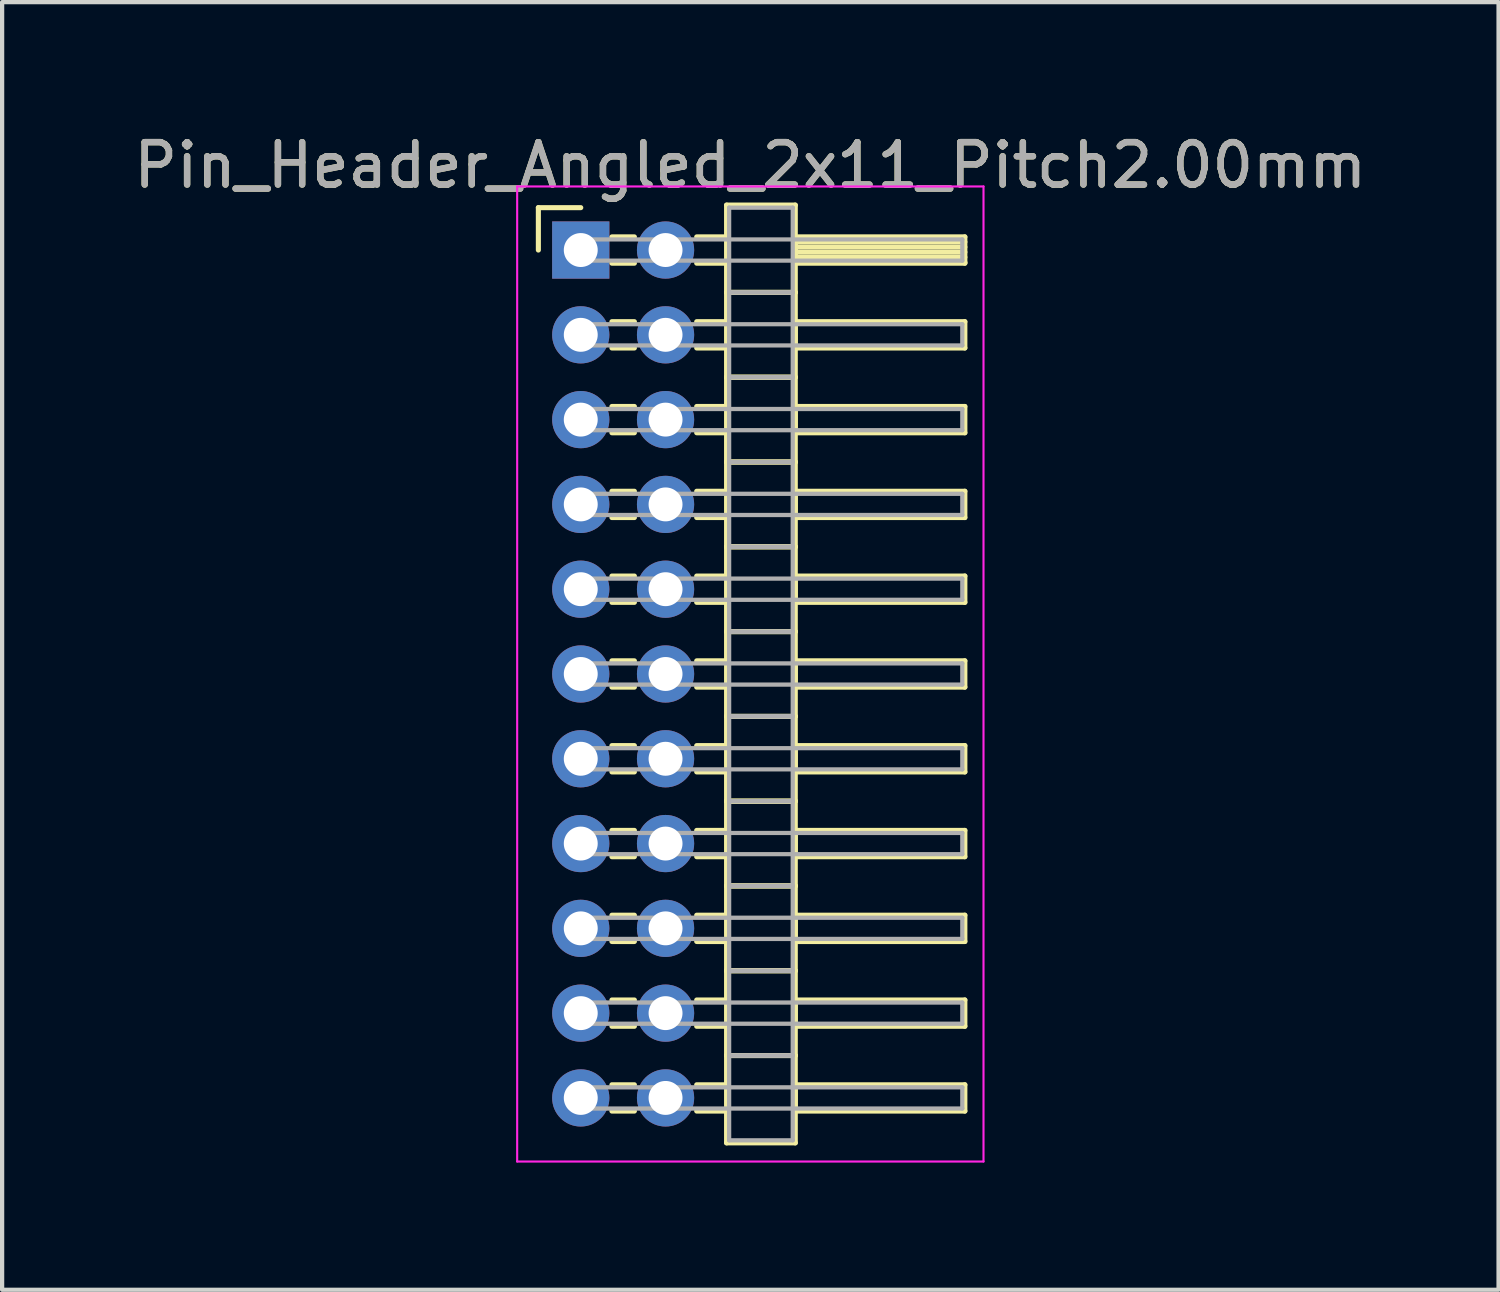
<source format=kicad_pcb>
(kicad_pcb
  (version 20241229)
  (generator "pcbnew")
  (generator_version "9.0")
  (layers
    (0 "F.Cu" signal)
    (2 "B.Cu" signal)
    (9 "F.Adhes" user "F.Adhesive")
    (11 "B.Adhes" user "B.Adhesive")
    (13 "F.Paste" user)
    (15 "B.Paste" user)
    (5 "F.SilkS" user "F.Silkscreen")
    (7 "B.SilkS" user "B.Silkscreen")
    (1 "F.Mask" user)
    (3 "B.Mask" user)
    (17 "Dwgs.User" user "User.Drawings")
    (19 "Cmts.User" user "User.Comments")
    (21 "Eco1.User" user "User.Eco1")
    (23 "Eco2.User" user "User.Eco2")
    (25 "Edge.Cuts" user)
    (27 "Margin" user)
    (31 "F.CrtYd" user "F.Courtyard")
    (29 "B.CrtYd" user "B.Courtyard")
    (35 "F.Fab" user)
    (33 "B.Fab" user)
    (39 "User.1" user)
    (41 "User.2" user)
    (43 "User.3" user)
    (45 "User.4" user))
  (footprint "Pin_Header_Angled_2x11_Pitch2.00mm"
    (layer "F.Cu")
    (at 10.649 2.848)
    (property "Reference" "Pin_Header_Angled_2x11_Pitch2.00mm" (at 4 -2 0) (layer "F.SilkS") (effects (font (size 1 1) (thickness 0.15))))
    (attr through_hole)
    (fp_line (start -1 -1) (end 0 -1) (stroke (width 0.12) (type solid)) (layer "F.SilkS"))
    (fp_line (start -1 0) (end -1 -1) (stroke (width 0.12) (type solid)) (layer "F.SilkS"))
    (fp_line (start 0.735 -0.31) (end 1.265 -0.31) (stroke (width 0.12) (type solid)) (layer "F.SilkS"))
    (fp_line (start 0.735 0.31) (end 1.265 0.31) (stroke (width 0.12) (type solid)) (layer "F.SilkS"))
    (fp_line (start 0.735 1.69) (end 1.265 1.69) (stroke (width 0.12) (type solid)) (layer "F.SilkS"))
    (fp_line (start 0.735 2.31) (end 1.265 2.31) (stroke (width 0.12) (type solid)) (layer "F.SilkS"))
    (fp_line (start 0.735 3.69) (end 1.265 3.69) (stroke (width 0.12) (type solid)) (layer "F.SilkS"))
    (fp_line (start 0.735 4.31) (end 1.265 4.31) (stroke (width 0.12) (type solid)) (layer "F.SilkS"))
    (fp_line (start 0.735 5.69) (end 1.265 5.69) (stroke (width 0.12) (type solid)) (layer "F.SilkS"))
    (fp_line (start 0.735 6.31) (end 1.265 6.31) (stroke (width 0.12) (type solid)) (layer "F.SilkS"))
    (fp_line (start 0.735 7.69) (end 1.265 7.69) (stroke (width 0.12) (type solid)) (layer "F.SilkS"))
    (fp_line (start 0.735 8.31) (end 1.265 8.31) (stroke (width 0.12) (type solid)) (layer "F.SilkS"))
    (fp_line (start 0.735 9.69) (end 1.265 9.69) (stroke (width 0.12) (type solid)) (layer "F.SilkS"))
    (fp_line (start 0.735 10.31) (end 1.265 10.31) (stroke (width 0.12) (type solid)) (layer "F.SilkS"))
    (fp_line (start 0.735 11.69) (end 1.265 11.69) (stroke (width 0.12) (type solid)) (layer "F.SilkS"))
    (fp_line (start 0.735 12.31) (end 1.265 12.31) (stroke (width 0.12) (type solid)) (layer "F.SilkS"))
    (fp_line (start 0.735 13.69) (end 1.265 13.69) (stroke (width 0.12) (type solid)) (layer "F.SilkS"))
    (fp_line (start 0.735 14.31) (end 1.265 14.31) (stroke (width 0.12) (type solid)) (layer "F.SilkS"))
    (fp_line (start 0.735 15.69) (end 1.265 15.69) (stroke (width 0.12) (type solid)) (layer "F.SilkS"))
    (fp_line (start 0.735 16.31) (end 1.265 16.31) (stroke (width 0.12) (type solid)) (layer "F.SilkS"))
    (fp_line (start 0.735 17.69) (end 1.265 17.69) (stroke (width 0.12) (type solid)) (layer "F.SilkS"))
    (fp_line (start 0.735 18.31) (end 1.265 18.31) (stroke (width 0.12) (type solid)) (layer "F.SilkS"))
    (fp_line (start 0.735 19.69) (end 1.265 19.69) (stroke (width 0.12) (type solid)) (layer "F.SilkS"))
    (fp_line (start 0.735 20.31) (end 1.265 20.31) (stroke (width 0.12) (type solid)) (layer "F.SilkS"))
    (fp_line (start 2.735 -0.31) (end 3.44 -0.31) (stroke (width 0.12) (type solid)) (layer "F.SilkS"))
    (fp_line (start 2.735 0.31) (end 3.44 0.31) (stroke (width 0.12) (type solid)) (layer "F.SilkS"))
    (fp_line (start 2.735 1.69) (end 3.44 1.69) (stroke (width 0.12) (type solid)) (layer "F.SilkS"))
    (fp_line (start 2.735 2.31) (end 3.44 2.31) (stroke (width 0.12) (type solid)) (layer "F.SilkS"))
    (fp_line (start 2.735 3.69) (end 3.44 3.69) (stroke (width 0.12) (type solid)) (layer "F.SilkS"))
    (fp_line (start 2.735 4.31) (end 3.44 4.31) (stroke (width 0.12) (type solid)) (layer "F.SilkS"))
    (fp_line (start 2.735 5.69) (end 3.44 5.69) (stroke (width 0.12) (type solid)) (layer "F.SilkS"))
    (fp_line (start 2.735 6.31) (end 3.44 6.31) (stroke (width 0.12) (type solid)) (layer "F.SilkS"))
    (fp_line (start 2.735 7.69) (end 3.44 7.69) (stroke (width 0.12) (type solid)) (layer "F.SilkS"))
    (fp_line (start 2.735 8.31) (end 3.44 8.31) (stroke (width 0.12) (type solid)) (layer "F.SilkS"))
    (fp_line (start 2.735 9.69) (end 3.44 9.69) (stroke (width 0.12) (type solid)) (layer "F.SilkS"))
    (fp_line (start 2.735 10.31) (end 3.44 10.31) (stroke (width 0.12) (type solid)) (layer "F.SilkS"))
    (fp_line (start 2.735 11.69) (end 3.44 11.69) (stroke (width 0.12) (type solid)) (layer "F.SilkS"))
    (fp_line (start 2.735 12.31) (end 3.44 12.31) (stroke (width 0.12) (type solid)) (layer "F.SilkS"))
    (fp_line (start 2.735 13.69) (end 3.44 13.69) (stroke (width 0.12) (type solid)) (layer "F.SilkS"))
    (fp_line (start 2.735 14.31) (end 3.44 14.31) (stroke (width 0.12) (type solid)) (layer "F.SilkS"))
    (fp_line (start 2.735 15.69) (end 3.44 15.69) (stroke (width 0.12) (type solid)) (layer "F.SilkS"))
    (fp_line (start 2.735 16.31) (end 3.44 16.31) (stroke (width 0.12) (type solid)) (layer "F.SilkS"))
    (fp_line (start 2.735 17.69) (end 3.44 17.69) (stroke (width 0.12) (type solid)) (layer "F.SilkS"))
    (fp_line (start 2.735 18.31) (end 3.44 18.31) (stroke (width 0.12) (type solid)) (layer "F.SilkS"))
    (fp_line (start 2.735 19.69) (end 3.44 19.69) (stroke (width 0.12) (type solid)) (layer "F.SilkS"))
    (fp_line (start 2.735 20.31) (end 3.44 20.31) (stroke (width 0.12) (type solid)) (layer "F.SilkS"))
    (fp_line (start 3.44 -1.06) (end 3.44 1) (stroke (width 0.12) (type solid)) (layer "F.SilkS"))
    (fp_line (start 3.44 1) (end 3.44 3) (stroke (width 0.12) (type solid)) (layer "F.SilkS"))
    (fp_line (start 3.44 1) (end 5.06 1) (stroke (width 0.12) (type solid)) (layer "F.SilkS"))
    (fp_line (start 3.44 3) (end 3.44 5) (stroke (width 0.12) (type solid)) (layer "F.SilkS"))
    (fp_line (start 3.44 3) (end 5.06 3) (stroke (width 0.12) (type solid)) (layer "F.SilkS"))
    (fp_line (start 3.44 5) (end 3.44 7) (stroke (width 0.12) (type solid)) (layer "F.SilkS"))
    (fp_line (start 3.44 5) (end 5.06 5) (stroke (width 0.12) (type solid)) (layer "F.SilkS"))
    (fp_line (start 3.44 7) (end 3.44 9) (stroke (width 0.12) (type solid)) (layer "F.SilkS"))
    (fp_line (start 3.44 7) (end 5.06 7) (stroke (width 0.12) (type solid)) (layer "F.SilkS"))
    (fp_line (start 3.44 9) (end 3.44 11) (stroke (width 0.12) (type solid)) (layer "F.SilkS"))
    (fp_line (start 3.44 9) (end 5.06 9) (stroke (width 0.12) (type solid)) (layer "F.SilkS"))
    (fp_line (start 3.44 11) (end 3.44 13) (stroke (width 0.12) (type solid)) (layer "F.SilkS"))
    (fp_line (start 3.44 11) (end 5.06 11) (stroke (width 0.12) (type solid)) (layer "F.SilkS"))
    (fp_line (start 3.44 13) (end 3.44 15) (stroke (width 0.12) (type solid)) (layer "F.SilkS"))
    (fp_line (start 3.44 13) (end 5.06 13) (stroke (width 0.12) (type solid)) (layer "F.SilkS"))
    (fp_line (start 3.44 15) (end 3.44 17) (stroke (width 0.12) (type solid)) (layer "F.SilkS"))
    (fp_line (start 3.44 15) (end 5.06 15) (stroke (width 0.12) (type solid)) (layer "F.SilkS"))
    (fp_line (start 3.44 17) (end 3.44 19) (stroke (width 0.12) (type solid)) (layer "F.SilkS"))
    (fp_line (start 3.44 17) (end 5.06 17) (stroke (width 0.12) (type solid)) (layer "F.SilkS"))
    (fp_line (start 3.44 19) (end 3.44 21.06) (stroke (width 0.12) (type solid)) (layer "F.SilkS"))
    (fp_line (start 3.44 19) (end 5.06 19) (stroke (width 0.12) (type solid)) (layer "F.SilkS"))
    (fp_line (start 3.44 21.06) (end 5.06 21.06) (stroke (width 0.12) (type solid)) (layer "F.SilkS"))
    (fp_line (start 5.06 -1.06) (end 3.44 -1.06) (stroke (width 0.12) (type solid)) (layer "F.SilkS"))
    (fp_line (start 5.06 -0.31) (end 5.06 0.31) (stroke (width 0.12) (type solid)) (layer "F.SilkS"))
    (fp_line (start 5.06 -0.19) (end 9.06 -0.19) (stroke (width 0.12) (type solid)) (layer "F.SilkS"))
    (fp_line (start 5.06 -0.07) (end 9.06 -0.07) (stroke (width 0.12) (type solid)) (layer "F.SilkS"))
    (fp_line (start 5.06 0.05) (end 9.06 0.05) (stroke (width 0.12) (type solid)) (layer "F.SilkS"))
    (fp_line (start 5.06 0.17) (end 9.06 0.17) (stroke (width 0.12) (type solid)) (layer "F.SilkS"))
    (fp_line (start 5.06 0.29) (end 9.06 0.29) (stroke (width 0.12) (type solid)) (layer "F.SilkS"))
    (fp_line (start 5.06 0.31) (end 9.06 0.31) (stroke (width 0.12) (type solid)) (layer "F.SilkS"))
    (fp_line (start 5.06 1) (end 3.44 1) (stroke (width 0.12) (type solid)) (layer "F.SilkS"))
    (fp_line (start 5.06 1) (end 5.06 -1.06) (stroke (width 0.12) (type solid)) (layer "F.SilkS"))
    (fp_line (start 5.06 1.69) (end 5.06 2.31) (stroke (width 0.12) (type solid)) (layer "F.SilkS"))
    (fp_line (start 5.06 2.31) (end 9.06 2.31) (stroke (width 0.12) (type solid)) (layer "F.SilkS"))
    (fp_line (start 5.06 3) (end 3.44 3) (stroke (width 0.12) (type solid)) (layer "F.SilkS"))
    (fp_line (start 5.06 3) (end 5.06 1) (stroke (width 0.12) (type solid)) (layer "F.SilkS"))
    (fp_line (start 5.06 3.69) (end 5.06 4.31) (stroke (width 0.12) (type solid)) (layer "F.SilkS"))
    (fp_line (start 5.06 4.31) (end 9.06 4.31) (stroke (width 0.12) (type solid)) (layer "F.SilkS"))
    (fp_line (start 5.06 5) (end 3.44 5) (stroke (width 0.12) (type solid)) (layer "F.SilkS"))
    (fp_line (start 5.06 5) (end 5.06 3) (stroke (width 0.12) (type solid)) (layer "F.SilkS"))
    (fp_line (start 5.06 5.69) (end 5.06 6.31) (stroke (width 0.12) (type solid)) (layer "F.SilkS"))
    (fp_line (start 5.06 6.31) (end 9.06 6.31) (stroke (width 0.12) (type solid)) (layer "F.SilkS"))
    (fp_line (start 5.06 7) (end 3.44 7) (stroke (width 0.12) (type solid)) (layer "F.SilkS"))
    (fp_line (start 5.06 7) (end 5.06 5) (stroke (width 0.12) (type solid)) (layer "F.SilkS"))
    (fp_line (start 5.06 7.69) (end 5.06 8.31) (stroke (width 0.12) (type solid)) (layer "F.SilkS"))
    (fp_line (start 5.06 8.31) (end 9.06 8.31) (stroke (width 0.12) (type solid)) (layer "F.SilkS"))
    (fp_line (start 5.06 9) (end 3.44 9) (stroke (width 0.12) (type solid)) (layer "F.SilkS"))
    (fp_line (start 5.06 9) (end 5.06 7) (stroke (width 0.12) (type solid)) (layer "F.SilkS"))
    (fp_line (start 5.06 9.69) (end 5.06 10.31) (stroke (width 0.12) (type solid)) (layer "F.SilkS"))
    (fp_line (start 5.06 10.31) (end 9.06 10.31) (stroke (width 0.12) (type solid)) (layer "F.SilkS"))
    (fp_line (start 5.06 11) (end 3.44 11) (stroke (width 0.12) (type solid)) (layer "F.SilkS"))
    (fp_line (start 5.06 11) (end 5.06 9) (stroke (width 0.12) (type solid)) (layer "F.SilkS"))
    (fp_line (start 5.06 11.69) (end 5.06 12.31) (stroke (width 0.12) (type solid)) (layer "F.SilkS"))
    (fp_line (start 5.06 12.31) (end 9.06 12.31) (stroke (width 0.12) (type solid)) (layer "F.SilkS"))
    (fp_line (start 5.06 13) (end 3.44 13) (stroke (width 0.12) (type solid)) (layer "F.SilkS"))
    (fp_line (start 5.06 13) (end 5.06 11) (stroke (width 0.12) (type solid)) (layer "F.SilkS"))
    (fp_line (start 5.06 13.69) (end 5.06 14.31) (stroke (width 0.12) (type solid)) (layer "F.SilkS"))
    (fp_line (start 5.06 14.31) (end 9.06 14.31) (stroke (width 0.12) (type solid)) (layer "F.SilkS"))
    (fp_line (start 5.06 15) (end 3.44 15) (stroke (width 0.12) (type solid)) (layer "F.SilkS"))
    (fp_line (start 5.06 15) (end 5.06 13) (stroke (width 0.12) (type solid)) (layer "F.SilkS"))
    (fp_line (start 5.06 15.69) (end 5.06 16.31) (stroke (width 0.12) (type solid)) (layer "F.SilkS"))
    (fp_line (start 5.06 16.31) (end 9.06 16.31) (stroke (width 0.12) (type solid)) (layer "F.SilkS"))
    (fp_line (start 5.06 17) (end 3.44 17) (stroke (width 0.12) (type solid)) (layer "F.SilkS"))
    (fp_line (start 5.06 17) (end 5.06 15) (stroke (width 0.12) (type solid)) (layer "F.SilkS"))
    (fp_line (start 5.06 17.69) (end 5.06 18.31) (stroke (width 0.12) (type solid)) (layer "F.SilkS"))
    (fp_line (start 5.06 18.31) (end 9.06 18.31) (stroke (width 0.12) (type solid)) (layer "F.SilkS"))
    (fp_line (start 5.06 19) (end 3.44 19) (stroke (width 0.12) (type solid)) (layer "F.SilkS"))
    (fp_line (start 5.06 19) (end 5.06 17) (stroke (width 0.12) (type solid)) (layer "F.SilkS"))
    (fp_line (start 5.06 19.69) (end 5.06 20.31) (stroke (width 0.12) (type solid)) (layer "F.SilkS"))
    (fp_line (start 5.06 20.31) (end 9.06 20.31) (stroke (width 0.12) (type solid)) (layer "F.SilkS"))
    (fp_line (start 5.06 21.06) (end 5.06 19) (stroke (width 0.12) (type solid)) (layer "F.SilkS"))
    (fp_line (start 9.06 -0.31) (end 5.06 -0.31) (stroke (width 0.12) (type solid)) (layer "F.SilkS"))
    (fp_line (start 9.06 0.31) (end 9.06 -0.31) (stroke (width 0.12) (type solid)) (layer "F.SilkS"))
    (fp_line (start 9.06 1.69) (end 5.06 1.69) (stroke (width 0.12) (type solid)) (layer "F.SilkS"))
    (fp_line (start 9.06 2.31) (end 9.06 1.69) (stroke (width 0.12) (type solid)) (layer "F.SilkS"))
    (fp_line (start 9.06 3.69) (end 5.06 3.69) (stroke (width 0.12) (type solid)) (layer "F.SilkS"))
    (fp_line (start 9.06 4.31) (end 9.06 3.69) (stroke (width 0.12) (type solid)) (layer "F.SilkS"))
    (fp_line (start 9.06 5.69) (end 5.06 5.69) (stroke (width 0.12) (type solid)) (layer "F.SilkS"))
    (fp_line (start 9.06 6.31) (end 9.06 5.69) (stroke (width 0.12) (type solid)) (layer "F.SilkS"))
    (fp_line (start 9.06 7.69) (end 5.06 7.69) (stroke (width 0.12) (type solid)) (layer "F.SilkS"))
    (fp_line (start 9.06 8.31) (end 9.06 7.69) (stroke (width 0.12) (type solid)) (layer "F.SilkS"))
    (fp_line (start 9.06 9.69) (end 5.06 9.69) (stroke (width 0.12) (type solid)) (layer "F.SilkS"))
    (fp_line (start 9.06 10.31) (end 9.06 9.69) (stroke (width 0.12) (type solid)) (layer "F.SilkS"))
    (fp_line (start 9.06 11.69) (end 5.06 11.69) (stroke (width 0.12) (type solid)) (layer "F.SilkS"))
    (fp_line (start 9.06 12.31) (end 9.06 11.69) (stroke (width 0.12) (type solid)) (layer "F.SilkS"))
    (fp_line (start 9.06 13.69) (end 5.06 13.69) (stroke (width 0.12) (type solid)) (layer "F.SilkS"))
    (fp_line (start 9.06 14.31) (end 9.06 13.69) (stroke (width 0.12) (type solid)) (layer "F.SilkS"))
    (fp_line (start 9.06 15.69) (end 5.06 15.69) (stroke (width 0.12) (type solid)) (layer "F.SilkS"))
    (fp_line (start 9.06 16.31) (end 9.06 15.69) (stroke (width 0.12) (type solid)) (layer "F.SilkS"))
    (fp_line (start 9.06 17.69) (end 5.06 17.69) (stroke (width 0.12) (type solid)) (layer "F.SilkS"))
    (fp_line (start 9.06 18.31) (end 9.06 17.69) (stroke (width 0.12) (type solid)) (layer "F.SilkS"))
    (fp_line (start 9.06 19.69) (end 5.06 19.69) (stroke (width 0.12) (type solid)) (layer "F.SilkS"))
    (fp_line (start 9.06 20.31) (end 9.06 19.69) (stroke (width 0.12) (type solid)) (layer "F.SilkS"))
    (fp_line (start -1.5 -1.5) (end -1.5 21.5) (stroke (width 0.05) (type solid)) (layer "F.CrtYd"))
    (fp_line (start -1.5 21.5) (end 9.5 21.5) (stroke (width 0.05) (type solid)) (layer "F.CrtYd"))
    (fp_line (start 9.5 -1.5) (end -1.5 -1.5) (stroke (width 0.05) (type solid)) (layer "F.CrtYd"))
    (fp_line (start 9.5 21.5) (end 9.5 -1.5) (stroke (width 0.05) (type solid)) (layer "F.CrtYd"))
    (fp_line (start 0 -0.25) (end 0 0.25) (stroke (width 0.1) (type solid)) (layer "F.Fab"))
    (fp_line (start 0 0.25) (end 9 0.25) (stroke (width 0.1) (type solid)) (layer "F.Fab"))
    (fp_line (start 0 1.75) (end 0 2.25) (stroke (width 0.1) (type solid)) (layer "F.Fab"))
    (fp_line (start 0 2.25) (end 9 2.25) (stroke (width 0.1) (type solid)) (layer "F.Fab"))
    (fp_line (start 0 3.75) (end 0 4.25) (stroke (width 0.1) (type solid)) (layer "F.Fab"))
    (fp_line (start 0 4.25) (end 9 4.25) (stroke (width 0.1) (type solid)) (layer "F.Fab"))
    (fp_line (start 0 5.75) (end 0 6.25) (stroke (width 0.1) (type solid)) (layer "F.Fab"))
    (fp_line (start 0 6.25) (end 9 6.25) (stroke (width 0.1) (type solid)) (layer "F.Fab"))
    (fp_line (start 0 7.75) (end 0 8.25) (stroke (width 0.1) (type solid)) (layer "F.Fab"))
    (fp_line (start 0 8.25) (end 9 8.25) (stroke (width 0.1) (type solid)) (layer "F.Fab"))
    (fp_line (start 0 9.75) (end 0 10.25) (stroke (width 0.1) (type solid)) (layer "F.Fab"))
    (fp_line (start 0 10.25) (end 9 10.25) (stroke (width 0.1) (type solid)) (layer "F.Fab"))
    (fp_line (start 0 11.75) (end 0 12.25) (stroke (width 0.1) (type solid)) (layer "F.Fab"))
    (fp_line (start 0 12.25) (end 9 12.25) (stroke (width 0.1) (type solid)) (layer "F.Fab"))
    (fp_line (start 0 13.75) (end 0 14.25) (stroke (width 0.1) (type solid)) (layer "F.Fab"))
    (fp_line (start 0 14.25) (end 9 14.25) (stroke (width 0.1) (type solid)) (layer "F.Fab"))
    (fp_line (start 0 15.75) (end 0 16.25) (stroke (width 0.1) (type solid)) (layer "F.Fab"))
    (fp_line (start 0 16.25) (end 9 16.25) (stroke (width 0.1) (type solid)) (layer "F.Fab"))
    (fp_line (start 0 17.75) (end 0 18.25) (stroke (width 0.1) (type solid)) (layer "F.Fab"))
    (fp_line (start 0 18.25) (end 9 18.25) (stroke (width 0.1) (type solid)) (layer "F.Fab"))
    (fp_line (start 0 19.75) (end 0 20.25) (stroke (width 0.1) (type solid)) (layer "F.Fab"))
    (fp_line (start 0 20.25) (end 9 20.25) (stroke (width 0.1) (type solid)) (layer "F.Fab"))
    (fp_line (start 3.5 -1) (end 3.5 1) (stroke (width 0.1) (type solid)) (layer "F.Fab"))
    (fp_line (start 3.5 1) (end 3.5 3) (stroke (width 0.1) (type solid)) (layer "F.Fab"))
    (fp_line (start 3.5 1) (end 5 1) (stroke (width 0.1) (type solid)) (layer "F.Fab"))
    (fp_line (start 3.5 3) (end 3.5 5) (stroke (width 0.1) (type solid)) (layer "F.Fab"))
    (fp_line (start 3.5 3) (end 5 3) (stroke (width 0.1) (type solid)) (layer "F.Fab"))
    (fp_line (start 3.5 5) (end 3.5 7) (stroke (width 0.1) (type solid)) (layer "F.Fab"))
    (fp_line (start 3.5 5) (end 5 5) (stroke (width 0.1) (type solid)) (layer "F.Fab"))
    (fp_line (start 3.5 7) (end 3.5 9) (stroke (width 0.1) (type solid)) (layer "F.Fab"))
    (fp_line (start 3.5 7) (end 5 7) (stroke (width 0.1) (type solid)) (layer "F.Fab"))
    (fp_line (start 3.5 9) (end 3.5 11) (stroke (width 0.1) (type solid)) (layer "F.Fab"))
    (fp_line (start 3.5 9) (end 5 9) (stroke (width 0.1) (type solid)) (layer "F.Fab"))
    (fp_line (start 3.5 11) (end 3.5 13) (stroke (width 0.1) (type solid)) (layer "F.Fab"))
    (fp_line (start 3.5 11) (end 5 11) (stroke (width 0.1) (type solid)) (layer "F.Fab"))
    (fp_line (start 3.5 13) (end 3.5 15) (stroke (width 0.1) (type solid)) (layer "F.Fab"))
    (fp_line (start 3.5 13) (end 5 13) (stroke (width 0.1) (type solid)) (layer "F.Fab"))
    (fp_line (start 3.5 15) (end 3.5 17) (stroke (width 0.1) (type solid)) (layer "F.Fab"))
    (fp_line (start 3.5 15) (end 5 15) (stroke (width 0.1) (type solid)) (layer "F.Fab"))
    (fp_line (start 3.5 17) (end 3.5 19) (stroke (width 0.1) (type solid)) (layer "F.Fab"))
    (fp_line (start 3.5 17) (end 5 17) (stroke (width 0.1) (type solid)) (layer "F.Fab"))
    (fp_line (start 3.5 19) (end 3.5 21) (stroke (width 0.1) (type solid)) (layer "F.Fab"))
    (fp_line (start 3.5 19) (end 5 19) (stroke (width 0.1) (type solid)) (layer "F.Fab"))
    (fp_line (start 3.5 21) (end 5 21) (stroke (width 0.1) (type solid)) (layer "F.Fab"))
    (fp_line (start 5 -1) (end 3.5 -1) (stroke (width 0.1) (type solid)) (layer "F.Fab"))
    (fp_line (start 5 1) (end 3.5 1) (stroke (width 0.1) (type solid)) (layer "F.Fab"))
    (fp_line (start 5 1) (end 5 -1) (stroke (width 0.1) (type solid)) (layer "F.Fab"))
    (fp_line (start 5 3) (end 3.5 3) (stroke (width 0.1) (type solid)) (layer "F.Fab"))
    (fp_line (start 5 3) (end 5 1) (stroke (width 0.1) (type solid)) (layer "F.Fab"))
    (fp_line (start 5 5) (end 3.5 5) (stroke (width 0.1) (type solid)) (layer "F.Fab"))
    (fp_line (start 5 5) (end 5 3) (stroke (width 0.1) (type solid)) (layer "F.Fab"))
    (fp_line (start 5 7) (end 3.5 7) (stroke (width 0.1) (type solid)) (layer "F.Fab"))
    (fp_line (start 5 7) (end 5 5) (stroke (width 0.1) (type solid)) (layer "F.Fab"))
    (fp_line (start 5 9) (end 3.5 9) (stroke (width 0.1) (type solid)) (layer "F.Fab"))
    (fp_line (start 5 9) (end 5 7) (stroke (width 0.1) (type solid)) (layer "F.Fab"))
    (fp_line (start 5 11) (end 3.5 11) (stroke (width 0.1) (type solid)) (layer "F.Fab"))
    (fp_line (start 5 11) (end 5 9) (stroke (width 0.1) (type solid)) (layer "F.Fab"))
    (fp_line (start 5 13) (end 3.5 13) (stroke (width 0.1) (type solid)) (layer "F.Fab"))
    (fp_line (start 5 13) (end 5 11) (stroke (width 0.1) (type solid)) (layer "F.Fab"))
    (fp_line (start 5 15) (end 3.5 15) (stroke (width 0.1) (type solid)) (layer "F.Fab"))
    (fp_line (start 5 15) (end 5 13) (stroke (width 0.1) (type solid)) (layer "F.Fab"))
    (fp_line (start 5 17) (end 3.5 17) (stroke (width 0.1) (type solid)) (layer "F.Fab"))
    (fp_line (start 5 17) (end 5 15) (stroke (width 0.1) (type solid)) (layer "F.Fab"))
    (fp_line (start 5 19) (end 3.5 19) (stroke (width 0.1) (type solid)) (layer "F.Fab"))
    (fp_line (start 5 19) (end 5 17) (stroke (width 0.1) (type solid)) (layer "F.Fab"))
    (fp_line (start 5 21) (end 5 19) (stroke (width 0.1) (type solid)) (layer "F.Fab"))
    (fp_line (start 9 -0.25) (end 0 -0.25) (stroke (width 0.1) (type solid)) (layer "F.Fab"))
    (fp_line (start 9 0.25) (end 9 -0.25) (stroke (width 0.1) (type solid)) (layer "F.Fab"))
    (fp_line (start 9 1.75) (end 0 1.75) (stroke (width 0.1) (type solid)) (layer "F.Fab"))
    (fp_line (start 9 2.25) (end 9 1.75) (stroke (width 0.1) (type solid)) (layer "F.Fab"))
    (fp_line (start 9 3.75) (end 0 3.75) (stroke (width 0.1) (type solid)) (layer "F.Fab"))
    (fp_line (start 9 4.25) (end 9 3.75) (stroke (width 0.1) (type solid)) (layer "F.Fab"))
    (fp_line (start 9 5.75) (end 0 5.75) (stroke (width 0.1) (type solid)) (layer "F.Fab"))
    (fp_line (start 9 6.25) (end 9 5.75) (stroke (width 0.1) (type solid)) (layer "F.Fab"))
    (fp_line (start 9 7.75) (end 0 7.75) (stroke (width 0.1) (type solid)) (layer "F.Fab"))
    (fp_line (start 9 8.25) (end 9 7.75) (stroke (width 0.1) (type solid)) (layer "F.Fab"))
    (fp_line (start 9 9.75) (end 0 9.75) (stroke (width 0.1) (type solid)) (layer "F.Fab"))
    (fp_line (start 9 10.25) (end 9 9.75) (stroke (width 0.1) (type solid)) (layer "F.Fab"))
    (fp_line (start 9 11.75) (end 0 11.75) (stroke (width 0.1) (type solid)) (layer "F.Fab"))
    (fp_line (start 9 12.25) (end 9 11.75) (stroke (width 0.1) (type solid)) (layer "F.Fab"))
    (fp_line (start 9 13.75) (end 0 13.75) (stroke (width 0.1) (type solid)) (layer "F.Fab"))
    (fp_line (start 9 14.25) (end 9 13.75) (stroke (width 0.1) (type solid)) (layer "F.Fab"))
    (fp_line (start 9 15.75) (end 0 15.75) (stroke (width 0.1) (type solid)) (layer "F.Fab"))
    (fp_line (start 9 16.25) (end 9 15.75) (stroke (width 0.1) (type solid)) (layer "F.Fab"))
    (fp_line (start 9 17.75) (end 0 17.75) (stroke (width 0.1) (type solid)) (layer "F.Fab"))
    (fp_line (start 9 18.25) (end 9 17.75) (stroke (width 0.1) (type solid)) (layer "F.Fab"))
    (fp_line (start 9 19.75) (end 0 19.75) (stroke (width 0.1) (type solid)) (layer "F.Fab"))
    (fp_line (start 9 20.25) (end 9 19.75) (stroke (width 0.1) (type solid)) (layer "F.Fab"))
    (fp_text user "${REFERENCE}" (at 4 -2 0) (layer "F.Fab") (effects (font (size 1 1) (thickness 0.15))))
    (pad "1" thru_hole rect (at 0 0) (size 1.35 1.35) (drill 0.8) (layers "*.Cu" "*.Mask"))
    (pad "2" thru_hole oval (at 2 0) (size 1.35 1.35) (drill 0.8) (layers "*.Cu" "*.Mask"))
    (pad "3" thru_hole oval (at 0 2) (size 1.35 1.35) (drill 0.8) (layers "*.Cu" "*.Mask"))
    (pad "4" thru_hole oval (at 2 2) (size 1.35 1.35) (drill 0.8) (layers "*.Cu" "*.Mask"))
    (pad "5" thru_hole oval (at 0 4) (size 1.35 1.35) (drill 0.8) (layers "*.Cu" "*.Mask"))
    (pad "6" thru_hole oval (at 2 4) (size 1.35 1.35) (drill 0.8) (layers "*.Cu" "*.Mask"))
    (pad "7" thru_hole oval (at 0 6) (size 1.35 1.35) (drill 0.8) (layers "*.Cu" "*.Mask"))
    (pad "8" thru_hole oval (at 2 6) (size 1.35 1.35) (drill 0.8) (layers "*.Cu" "*.Mask"))
    (pad "9" thru_hole oval (at 0 8) (size 1.35 1.35) (drill 0.8) (layers "*.Cu" "*.Mask"))
    (pad "10" thru_hole oval (at 2 8) (size 1.35 1.35) (drill 0.8) (layers "*.Cu" "*.Mask"))
    (pad "11" thru_hole oval (at 0 10) (size 1.35 1.35) (drill 0.8) (layers "*.Cu" "*.Mask"))
    (pad "12" thru_hole oval (at 2 10) (size 1.35 1.35) (drill 0.8) (layers "*.Cu" "*.Mask"))
    (pad "13" thru_hole oval (at 0 12) (size 1.35 1.35) (drill 0.8) (layers "*.Cu" "*.Mask"))
    (pad "14" thru_hole oval (at 2 12) (size 1.35 1.35) (drill 0.8) (layers "*.Cu" "*.Mask"))
    (pad "15" thru_hole oval (at 0 14) (size 1.35 1.35) (drill 0.8) (layers "*.Cu" "*.Mask"))
    (pad "16" thru_hole oval (at 2 14) (size 1.35 1.35) (drill 0.8) (layers "*.Cu" "*.Mask"))
    (pad "17" thru_hole oval (at 0 16) (size 1.35 1.35) (drill 0.8) (layers "*.Cu" "*.Mask"))
    (pad "18" thru_hole oval (at 2 16) (size 1.35 1.35) (drill 0.8) (layers "*.Cu" "*.Mask"))
    (pad "19" thru_hole oval (at 0 18) (size 1.35 1.35) (drill 0.8) (layers "*.Cu" "*.Mask"))
    (pad "20" thru_hole oval (at 2 18) (size 1.35 1.35) (drill 0.8) (layers "*.Cu" "*.Mask"))
    (pad "21" thru_hole oval (at 0 20) (size 1.35 1.35) (drill 0.8) (layers "*.Cu" "*.Mask"))
    (pad "22" thru_hole oval (at 2 20) (size 1.35 1.35) (drill 0.8) (layers "*.Cu" "*.Mask")))
  (gr_rect
    (start -3 -3)
    (end 32.298 27.373)
    (stroke (width 0.1) (type default))
    (fill no)
    (layer "Edge.Cuts")))
</source>
